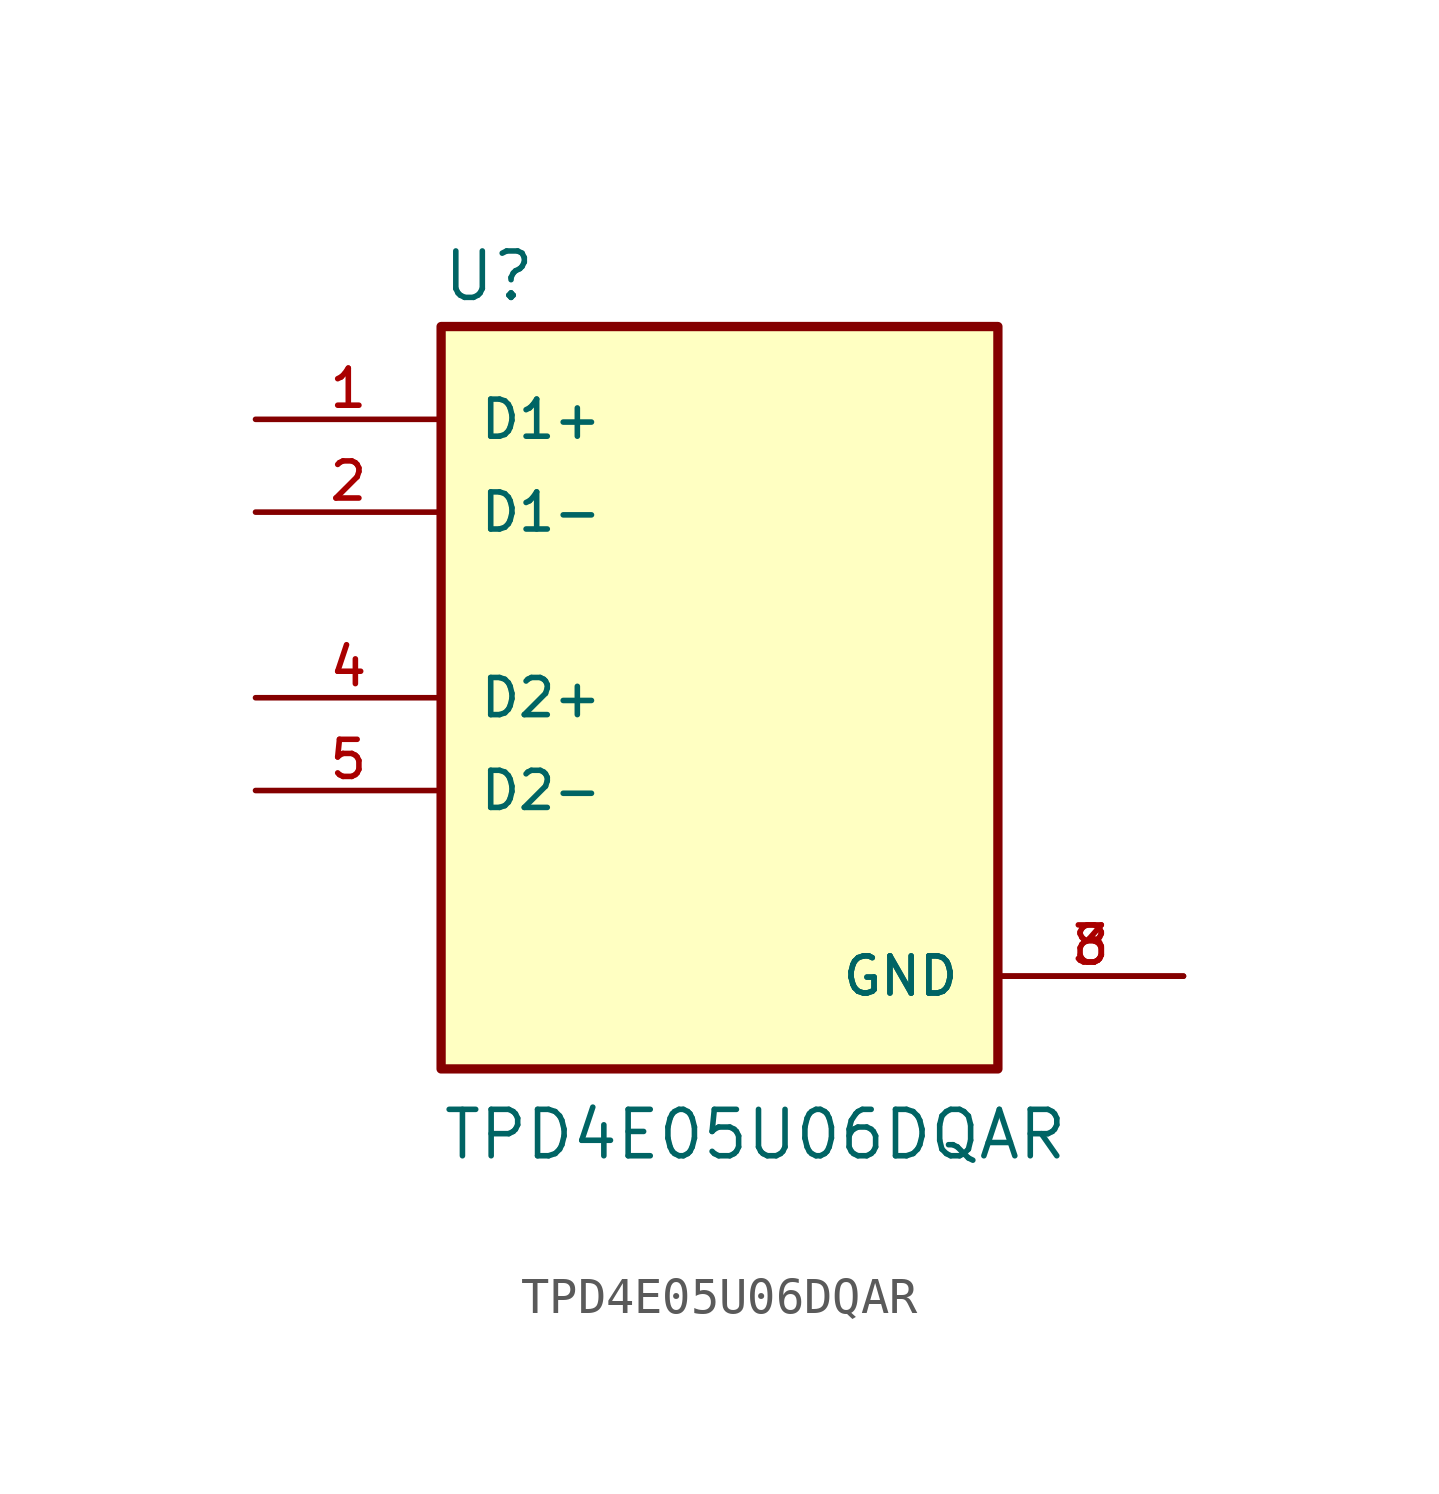
<source format=kicad_sym>
(kicad_symbol_lib
  (version 20211014)
  (generator kicad_symbol_editor)
  (symbol "TPD4E05U06DQAR"
    (pin_names
      (offset 1.016))
    (property "Reference" "U"
      (at -7.62 10.795 0)
      (effects (font (size 1.27 1.27)) (justify left bottom)))
    (property "Value" "TPD4E05U06DQAR"
      (at -7.62 -12.7 0)
      (effects (font (size 1.27 1.27)) (justify left bottom)))
    (property "ki_locked" ""
      (at 0 0 0)
      (effects (font (size 1.27 1.27))))
    (symbol "TPD4E05U06DQAR_0_0"
      (rectangle (start -7.62 -10.16) (end 7.62 10.16) (stroke (width 0.254) (type default) (color 0 0 0 0)) (fill (type background)))
      (pin bidirectional line (at -12.7 7.62 0) (length 5.08) (name "D1+" (effects (font (size 1.016 1.016)))) (number "1" (effects (font (size 1.016 1.016)))))
      (pin bidirectional line (at -12.7 5.08 0) (length 5.08) (name "D1-" (effects (font (size 1.016 1.016)))) (number "2" (effects (font (size 1.016 1.016)))))
      (pin power_in line (at 12.7 -7.62 180) (length 5.08) (name "GND" (effects (font (size 1.016 1.016)))) (number "3" (effects (font (size 1.016 1.016)))))
      (pin bidirectional line (at -12.7 0 0) (length 5.08) (name "D2+" (effects (font (size 1.016 1.016)))) (number "4" (effects (font (size 1.016 1.016)))))
      (pin bidirectional line (at -12.7 -2.54 0) (length 5.08) (name "D2-" (effects (font (size 1.016 1.016)))) (number "5" (effects (font (size 1.016 1.016)))))
      (pin power_in line (at 12.7 -7.62 180) (length 5.08) (name "GND" (effects (font (size 1.016 1.016)))) (number "8" (effects (font (size 1.016 1.016))))))))
</source>
